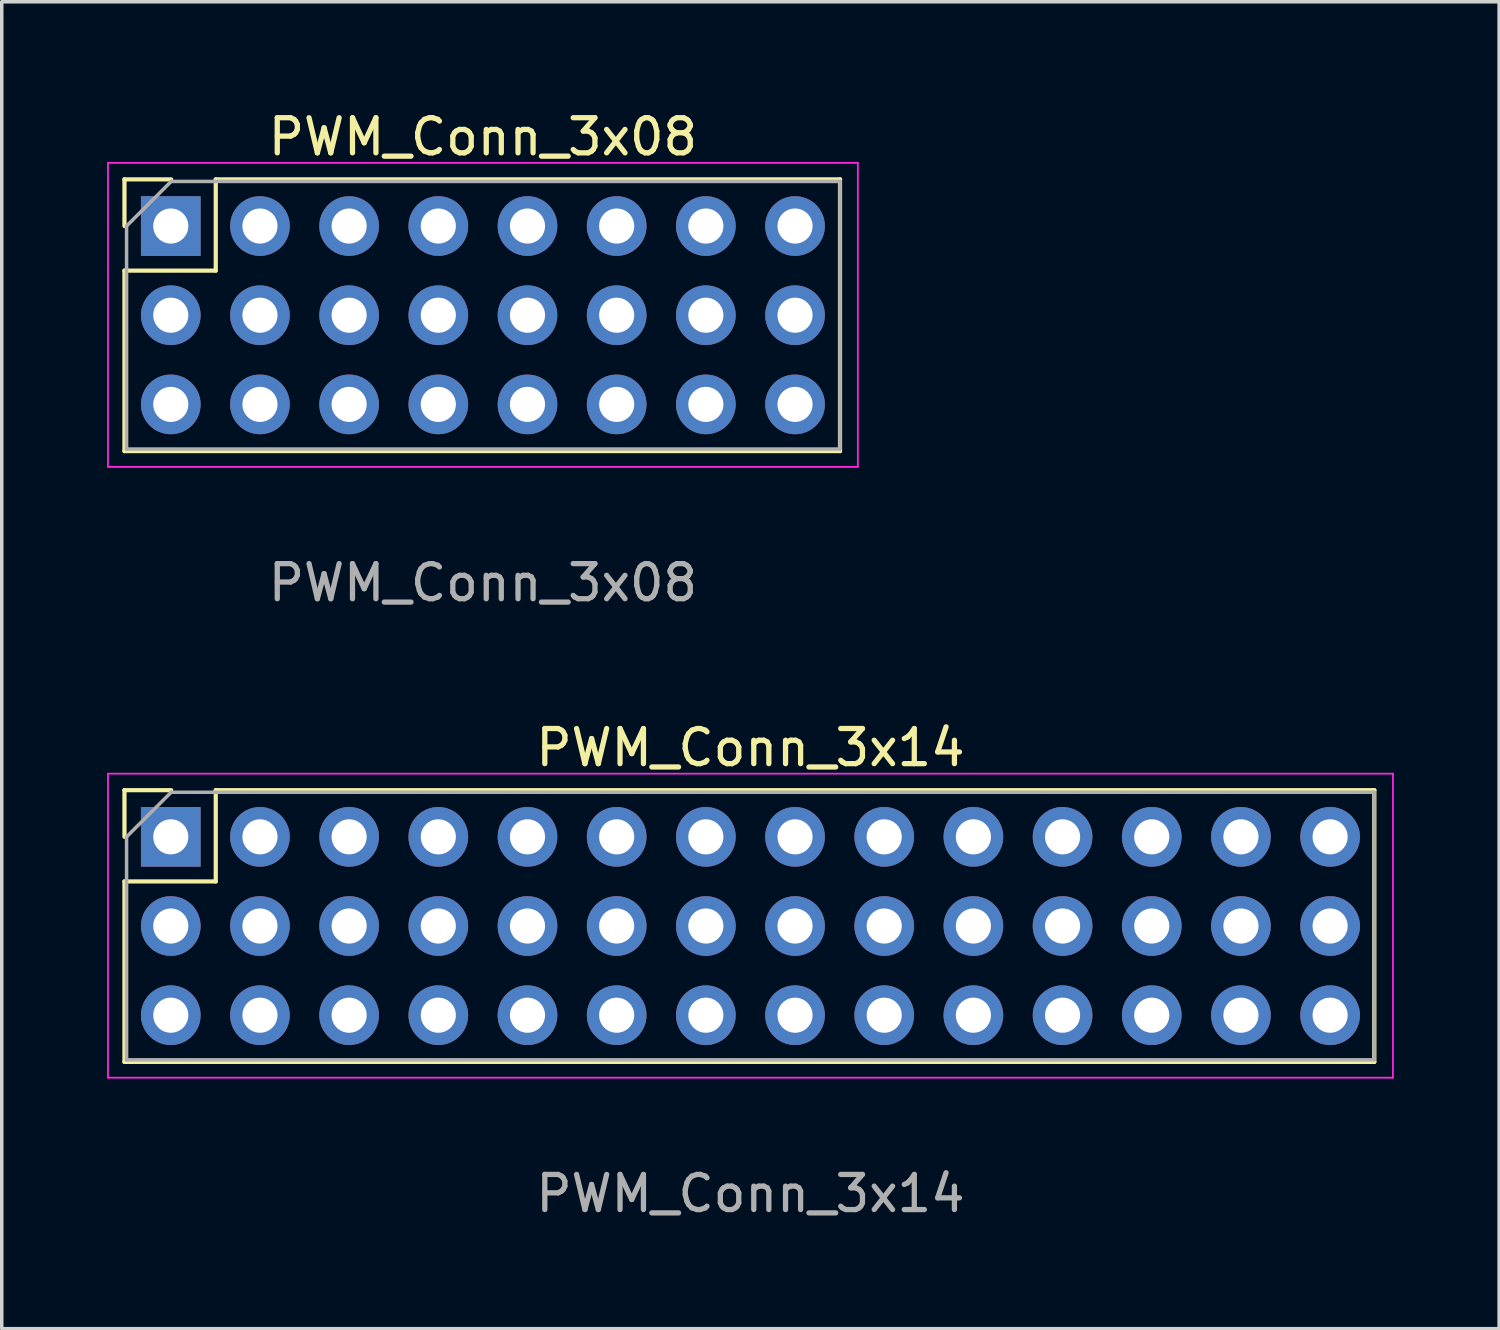
<source format=kicad_pcb>
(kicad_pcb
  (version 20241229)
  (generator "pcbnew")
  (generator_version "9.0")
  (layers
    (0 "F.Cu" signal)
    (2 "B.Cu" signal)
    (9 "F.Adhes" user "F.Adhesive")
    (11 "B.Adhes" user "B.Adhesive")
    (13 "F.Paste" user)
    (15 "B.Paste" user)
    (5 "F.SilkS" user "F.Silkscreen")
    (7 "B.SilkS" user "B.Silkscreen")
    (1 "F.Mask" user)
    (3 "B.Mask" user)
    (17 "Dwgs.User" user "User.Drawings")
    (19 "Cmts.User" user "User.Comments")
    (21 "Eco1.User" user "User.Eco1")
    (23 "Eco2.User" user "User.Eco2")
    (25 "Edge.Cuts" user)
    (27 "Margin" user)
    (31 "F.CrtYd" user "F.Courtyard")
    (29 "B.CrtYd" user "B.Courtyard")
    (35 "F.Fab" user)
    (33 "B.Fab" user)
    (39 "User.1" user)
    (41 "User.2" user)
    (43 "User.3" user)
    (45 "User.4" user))
  (footprint "PWM_Conn_3x08"
    (layer "F.Cu")
    (at 10.704 5.928)
    (property "Reference" "PWM_Conn_3x08" (at 0 -5.08 0) (unlocked yes) (layer "F.SilkS") (effects (font (size 1 1) (thickness 0.15))))
    (attr through_hole)
    (fp_line (start -10.209 -3.87) (end -8.879 -3.87) (stroke (width 0.12) (type solid)) (layer "F.SilkS"))
    (fp_line (start -10.209 -2.54) (end -10.209 -3.87) (stroke (width 0.12) (type solid)) (layer "F.SilkS"))
    (fp_line (start -10.209 -1.27) (end -10.209 3.87) (stroke (width 0.12) (type solid)) (layer "F.SilkS"))
    (fp_line (start -10.209 -1.27) (end -7.609 -1.27) (stroke (width 0.12) (type solid)) (layer "F.SilkS"))
    (fp_line (start -10.209 3.87) (end 10.171 3.87) (stroke (width 0.12) (type solid)) (layer "F.SilkS"))
    (fp_line (start -7.609 -3.87) (end 10.171 -3.87) (stroke (width 0.12) (type solid)) (layer "F.SilkS"))
    (fp_line (start -7.609 -1.27) (end -7.609 -3.87) (stroke (width 0.12) (type solid)) (layer "F.SilkS"))
    (fp_line (start 10.171 -3.87) (end 10.171 3.87) (stroke (width 0.12) (type solid)) (layer "F.SilkS"))
    (fp_line (start -10.679 -4.34) (end -10.679 4.32) (stroke (width 0.05) (type solid)) (layer "F.CrtYd"))
    (fp_line (start -10.679 4.32) (end 10.679 4.32) (stroke (width 0.05) (type solid)) (layer "F.CrtYd"))
    (fp_line (start 10.679 -4.34) (end -10.679 -4.34) (stroke (width 0.05) (type solid)) (layer "F.CrtYd"))
    (fp_line (start 10.679 4.32) (end 10.679 -4.34) (stroke (width 0.05) (type solid)) (layer "F.CrtYd"))
    (fp_line (start -10.149 -2.54) (end -8.879 -3.81) (stroke (width 0.1) (type solid)) (layer "F.Fab"))
    (fp_line (start -10.149 3.81) (end -10.149 -2.54) (stroke (width 0.1) (type solid)) (layer "F.Fab"))
    (fp_line (start -8.879 -3.81) (end 10.171 -3.81) (stroke (width 0.1) (type solid)) (layer "F.Fab"))
    (fp_line (start 10.171 -3.81) (end 10.171 3.81) (stroke (width 0.1) (type solid)) (layer "F.Fab"))
    (fp_line (start 10.171 3.81) (end -10.149 3.81) (stroke (width 0.1) (type solid)) (layer "F.Fab"))
    (fp_text user "${REFERENCE}" (at 0 7.62 180) (layer "F.Fab") (effects (font (size 1 1) (thickness 0.15))))
    (pad "1" thru_hole rect (at -8.89 -2.54) (size 1.7 1.7) (drill 1) (layers "*.Cu" "*.Mask"))
    (pad "2" thru_hole oval (at -6.35 -2.54) (size 1.7 1.7) (drill 1) (layers "*.Cu" "*.Mask"))
    (pad "3" thru_hole oval (at -3.81 -2.54) (size 1.7 1.7) (drill 1) (layers "*.Cu" "*.Mask"))
    (pad "4" thru_hole oval (at -1.27 -2.54) (size 1.7 1.7) (drill 1) (layers "*.Cu" "*.Mask"))
    (pad "5" thru_hole oval (at 1.27 -2.54) (size 1.7 1.7) (drill 1) (layers "*.Cu" "*.Mask"))
    (pad "6" thru_hole oval (at 3.81 -2.54) (size 1.7 1.7) (drill 1) (layers "*.Cu" "*.Mask"))
    (pad "7" thru_hole oval (at 6.35 -2.54) (size 1.7 1.7) (drill 1) (layers "*.Cu" "*.Mask"))
    (pad "8" thru_hole oval (at 8.89 -2.54) (size 1.7 1.7) (drill 1) (layers "*.Cu" "*.Mask"))
    (pad "9" thru_hole oval (at -8.89 0) (size 1.7 1.7) (drill 1) (layers "*.Cu" "*.Mask"))
    (pad "9" thru_hole oval (at -6.35 0) (size 1.7 1.7) (drill 1) (layers "*.Cu" "*.Mask"))
    (pad "9" thru_hole oval (at -3.81 0) (size 1.7 1.7) (drill 1) (layers "*.Cu" "*.Mask"))
    (pad "9" thru_hole oval (at -1.27 0) (size 1.7 1.7) (drill 1) (layers "*.Cu" "*.Mask"))
    (pad "9" thru_hole oval (at 1.27 0) (size 1.7 1.7) (drill 1) (layers "*.Cu" "*.Mask"))
    (pad "9" thru_hole oval (at 3.81 0) (size 1.7 1.7) (drill 1) (layers "*.Cu" "*.Mask"))
    (pad "9" thru_hole oval (at 6.35 0) (size 1.7 1.7) (drill 1) (layers "*.Cu" "*.Mask"))
    (pad "9" thru_hole oval (at 8.89 0) (size 1.7 1.7) (drill 1) (layers "*.Cu" "*.Mask"))
    (pad "10" thru_hole oval (at -8.89 2.54) (size 1.7 1.7) (drill 1) (layers "*.Cu" "*.Mask"))
    (pad "10" thru_hole oval (at -6.35 2.54) (size 1.7 1.7) (drill 1) (layers "*.Cu" "*.Mask"))
    (pad "10" thru_hole oval (at -3.81 2.54) (size 1.7 1.7) (drill 1) (layers "*.Cu" "*.Mask"))
    (pad "10" thru_hole oval (at -1.27 2.54) (size 1.7 1.7) (drill 1) (layers "*.Cu" "*.Mask"))
    (pad "10" thru_hole oval (at 1.27 2.54) (size 1.7 1.7) (drill 1) (layers "*.Cu" "*.Mask"))
    (pad "10" thru_hole oval (at 3.81 2.54) (size 1.7 1.7) (drill 1) (layers "*.Cu" "*.Mask"))
    (pad "10" thru_hole oval (at 6.35 2.54) (size 1.7 1.7) (drill 1) (layers "*.Cu" "*.Mask"))
    (pad "10" thru_hole oval (at 8.89 2.54) (size 1.7 1.7) (drill 1) (layers "*.Cu" "*.Mask")))
  (footprint "PWM_Conn_3x14"
    (layer "F.Cu")
    (at 18.324 23.325)
    (property "Reference" "PWM_Conn_3x14" (at 0 -5.08 0) (unlocked yes) (layer "F.SilkS") (effects (font (size 1 1) (thickness 0.15))))
    (attr through_hole)
    (fp_line (start -17.829 -3.87) (end -16.499 -3.87) (stroke (width 0.12) (type solid)) (layer "F.SilkS"))
    (fp_line (start -17.829 -2.54) (end -17.829 -3.87) (stroke (width 0.12) (type solid)) (layer "F.SilkS"))
    (fp_line (start -17.829 -1.27) (end -17.829 3.87) (stroke (width 0.12) (type solid)) (layer "F.SilkS"))
    (fp_line (start -17.829 -1.27) (end -15.229 -1.27) (stroke (width 0.12) (type solid)) (layer "F.SilkS"))
    (fp_line (start -17.829 3.87) (end 17.769 3.87) (stroke (width 0.12) (type solid)) (layer "F.SilkS"))
    (fp_line (start -15.229 -3.87) (end 17.769 -3.87) (stroke (width 0.12) (type solid)) (layer "F.SilkS"))
    (fp_line (start -15.229 -1.27) (end -15.229 -3.87) (stroke (width 0.12) (type solid)) (layer "F.SilkS"))
    (fp_line (start 17.769 -3.87) (end 17.769 3.87) (stroke (width 0.12) (type solid)) (layer "F.SilkS"))
    (fp_line (start -18.299 -4.34) (end -18.299 4.32) (stroke (width 0.05) (type solid)) (layer "F.CrtYd"))
    (fp_line (start -18.299 4.32) (end 18.299 4.32) (stroke (width 0.05) (type solid)) (layer "F.CrtYd"))
    (fp_line (start 18.299 -4.34) (end -18.299 -4.34) (stroke (width 0.05) (type solid)) (layer "F.CrtYd"))
    (fp_line (start 18.299 4.32) (end 18.299 -4.34) (stroke (width 0.05) (type solid)) (layer "F.CrtYd"))
    (fp_line (start -17.769 -2.54) (end -16.499 -3.81) (stroke (width 0.1) (type solid)) (layer "F.Fab"))
    (fp_line (start -17.769 3.81) (end -17.769 -2.54) (stroke (width 0.1) (type solid)) (layer "F.Fab"))
    (fp_line (start -16.499 -3.81) (end 17.769 -3.81) (stroke (width 0.1) (type solid)) (layer "F.Fab"))
    (fp_line (start 17.769 -3.81) (end 17.769 3.81) (stroke (width 0.1) (type solid)) (layer "F.Fab"))
    (fp_line (start 17.769 3.81) (end -17.769 3.81) (stroke (width 0.1) (type solid)) (layer "F.Fab"))
    (fp_text user "${REFERENCE}" (at 0 7.62 180) (layer "F.Fab") (effects (font (size 1 1) (thickness 0.15))))
    (pad "1" thru_hole rect (at -16.51 -2.54) (size 1.7 1.7) (drill 1) (layers "*.Cu" "*.Mask"))
    (pad "2" thru_hole oval (at -13.97 -2.54) (size 1.7 1.7) (drill 1) (layers "*.Cu" "*.Mask"))
    (pad "3" thru_hole oval (at -11.43 -2.54) (size 1.7 1.7) (drill 1) (layers "*.Cu" "*.Mask"))
    (pad "4" thru_hole oval (at -8.89 -2.54) (size 1.7 1.7) (drill 1) (layers "*.Cu" "*.Mask"))
    (pad "5" thru_hole oval (at -6.35 -2.54) (size 1.7 1.7) (drill 1) (layers "*.Cu" "*.Mask"))
    (pad "6" thru_hole oval (at -3.81 -2.54) (size 1.7 1.7) (drill 1) (layers "*.Cu" "*.Mask"))
    (pad "7" thru_hole oval (at -1.27 -2.54) (size 1.7 1.7) (drill 1) (layers "*.Cu" "*.Mask"))
    (pad "8" thru_hole oval (at 1.27 -2.54) (size 1.7 1.7) (drill 1) (layers "*.Cu" "*.Mask"))
    (pad "9" thru_hole oval (at 3.81 -2.54) (size 1.7 1.7) (drill 1) (layers "*.Cu" "*.Mask"))
    (pad "10" thru_hole oval (at 6.35 -2.54) (size 1.7 1.7) (drill 1) (layers "*.Cu" "*.Mask"))
    (pad "11" thru_hole oval (at 8.89 -2.54) (size 1.7 1.7) (drill 1) (layers "*.Cu" "*.Mask"))
    (pad "12" thru_hole oval (at 11.43 -2.54) (size 1.7 1.7) (drill 1) (layers "*.Cu" "*.Mask"))
    (pad "13" thru_hole oval (at 13.97 -2.54) (size 1.7 1.7) (drill 1) (layers "*.Cu" "*.Mask"))
    (pad "14" thru_hole oval (at 16.51 -2.54) (size 1.7 1.7) (drill 1) (layers "*.Cu" "*.Mask"))
    (pad "15" thru_hole oval (at -16.51 0) (size 1.7 1.7) (drill 1) (layers "*.Cu" "*.Mask"))
    (pad "15" thru_hole oval (at -13.97 0) (size 1.7 1.7) (drill 1) (layers "*.Cu" "*.Mask"))
    (pad "15" thru_hole oval (at -11.43 0) (size 1.7 1.7) (drill 1) (layers "*.Cu" "*.Mask"))
    (pad "15" thru_hole oval (at -8.89 0) (size 1.7 1.7) (drill 1) (layers "*.Cu" "*.Mask"))
    (pad "15" thru_hole oval (at -6.35 0) (size 1.7 1.7) (drill 1) (layers "*.Cu" "*.Mask"))
    (pad "15" thru_hole oval (at -3.81 0) (size 1.7 1.7) (drill 1) (layers "*.Cu" "*.Mask"))
    (pad "15" thru_hole oval (at -1.27 0) (size 1.7 1.7) (drill 1) (layers "*.Cu" "*.Mask"))
    (pad "15" thru_hole oval (at 1.27 0) (size 1.7 1.7) (drill 1) (layers "*.Cu" "*.Mask"))
    (pad "15" thru_hole oval (at 3.81 0) (size 1.7 1.7) (drill 1) (layers "*.Cu" "*.Mask"))
    (pad "15" thru_hole oval (at 6.35 0) (size 1.7 1.7) (drill 1) (layers "*.Cu" "*.Mask"))
    (pad "15" thru_hole oval (at 8.89 0) (size 1.7 1.7) (drill 1) (layers "*.Cu" "*.Mask"))
    (pad "15" thru_hole oval (at 11.43 0) (size 1.7 1.7) (drill 1) (layers "*.Cu" "*.Mask"))
    (pad "16" thru_hole oval (at 13.97 0) (size 1.7 1.7) (drill 1) (layers "*.Cu" "*.Mask"))
    (pad "17" thru_hole oval (at 16.51 0) (size 1.7 1.7) (drill 1) (layers "*.Cu" "*.Mask"))
    (pad "18" thru_hole oval (at -16.51 2.54) (size 1.7 1.7) (drill 1) (layers "*.Cu" "*.Mask"))
    (pad "18" thru_hole oval (at -13.97 2.54) (size 1.7 1.7) (drill 1) (layers "*.Cu" "*.Mask"))
    (pad "18" thru_hole oval (at -11.43 2.54) (size 1.7 1.7) (drill 1) (layers "*.Cu" "*.Mask"))
    (pad "18" thru_hole oval (at -8.89 2.54) (size 1.7 1.7) (drill 1) (layers "*.Cu" "*.Mask"))
    (pad "18" thru_hole oval (at -6.35 2.54) (size 1.7 1.7) (drill 1) (layers "*.Cu" "*.Mask"))
    (pad "18" thru_hole oval (at -3.81 2.54) (size 1.7 1.7) (drill 1) (layers "*.Cu" "*.Mask"))
    (pad "18" thru_hole oval (at -1.27 2.54) (size 1.7 1.7) (drill 1) (layers "*.Cu" "*.Mask"))
    (pad "18" thru_hole oval (at 1.27 2.54) (size 1.7 1.7) (drill 1) (layers "*.Cu" "*.Mask"))
    (pad "18" thru_hole oval (at 3.81 2.54) (size 1.7 1.7) (drill 1) (layers "*.Cu" "*.Mask"))
    (pad "18" thru_hole oval (at 6.35 2.54) (size 1.7 1.7) (drill 1) (layers "*.Cu" "*.Mask"))
    (pad "18" thru_hole oval (at 8.89 2.54) (size 1.7 1.7) (drill 1) (layers "*.Cu" "*.Mask"))
    (pad "18" thru_hole oval (at 11.43 2.54) (size 1.7 1.7) (drill 1) (layers "*.Cu" "*.Mask"))
    (pad "18" thru_hole oval (at 13.97 2.54) (size 1.7 1.7) (drill 1) (layers "*.Cu" "*.Mask"))
    (pad "18" thru_hole oval (at 16.51 2.54) (size 1.7 1.7) (drill 1) (layers "*.Cu" "*.Mask")))
  (gr_rect
    (start -3 -3)
    (end 39.648 34.793)
    (stroke (width 0.1) (type default))
    (fill no)
    (layer "Edge.Cuts")))
</source>
